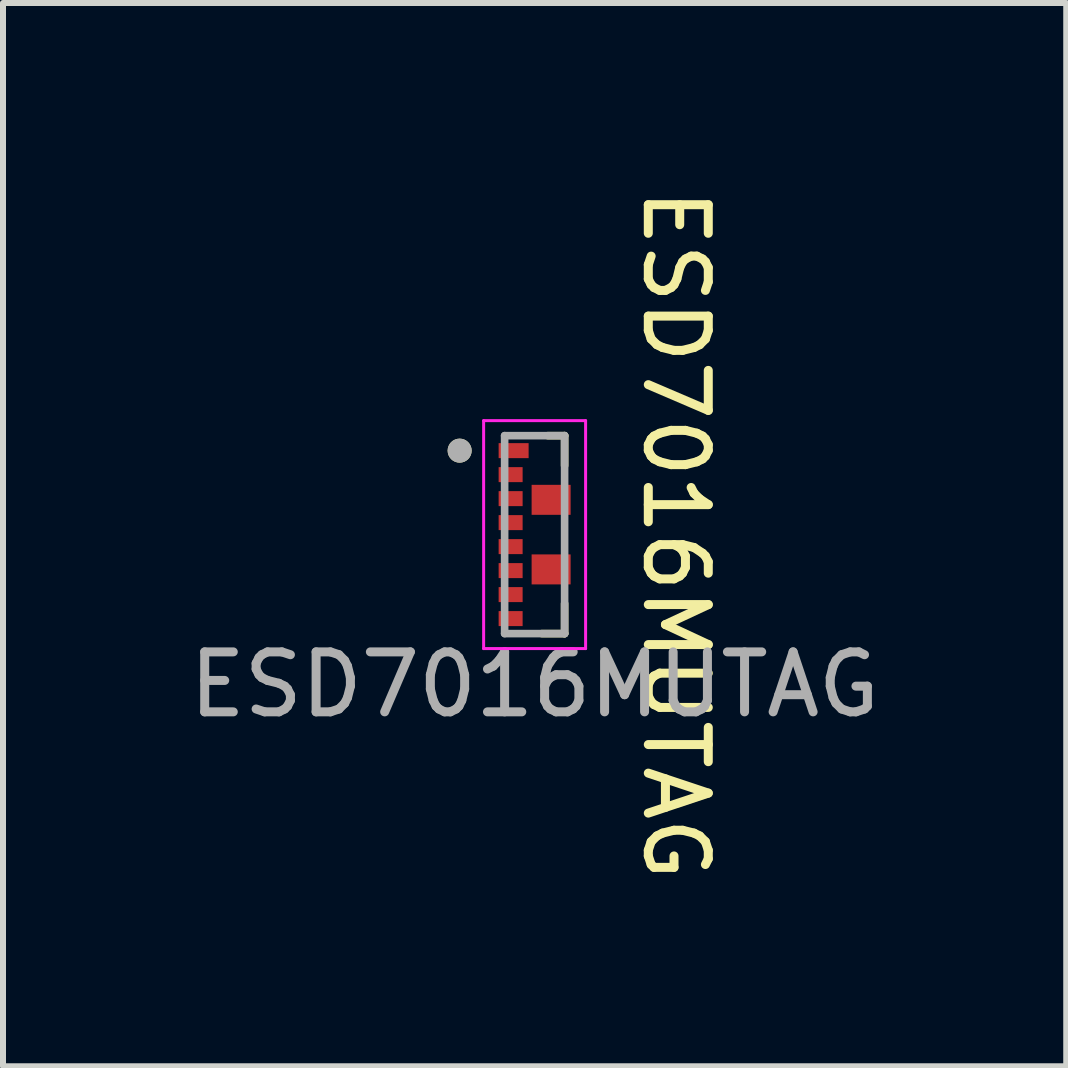
<source format=kicad_pcb>
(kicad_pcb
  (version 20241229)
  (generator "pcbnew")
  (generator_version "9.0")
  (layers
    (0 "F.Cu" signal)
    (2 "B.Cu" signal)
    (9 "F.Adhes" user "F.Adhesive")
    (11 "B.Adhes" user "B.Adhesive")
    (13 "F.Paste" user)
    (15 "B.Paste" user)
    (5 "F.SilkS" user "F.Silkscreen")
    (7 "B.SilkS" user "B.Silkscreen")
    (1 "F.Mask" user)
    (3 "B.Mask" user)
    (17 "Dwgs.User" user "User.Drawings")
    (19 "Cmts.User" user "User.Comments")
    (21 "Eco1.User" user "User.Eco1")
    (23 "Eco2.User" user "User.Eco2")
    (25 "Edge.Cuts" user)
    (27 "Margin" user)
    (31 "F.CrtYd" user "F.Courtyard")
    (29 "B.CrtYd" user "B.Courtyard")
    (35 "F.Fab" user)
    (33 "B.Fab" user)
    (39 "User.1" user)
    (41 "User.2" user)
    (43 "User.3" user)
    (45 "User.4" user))
  (footprint "ESD7016MUTAG"
    (layer "F.Cu")
    (at 5.863 5.863)
    (property "Reference" "ESD7016MUTAG" (at 2.35 0 270) (unlocked yes) (layer "F.SilkS") (effects (font (size 1 1) (thickness 0.15))))
    (attr smd)
    (fp_poly (pts (xy -0.65 -1.58) (xy -0.05 -1.58) (xy -0.05 -1.22) (xy -0.65 -1.22)) (stroke (width 0.01) (type solid)) (fill yes) (layer "F.Mask"))
    (fp_poly (pts (xy -0.65 -1.18) (xy -0.15 -1.18) (xy -0.15 -0.82) (xy -0.65 -0.82)) (stroke (width 0.01) (type solid)) (fill yes) (layer "F.Mask"))
    (fp_poly (pts (xy -0.65 -0.78) (xy -0.15 -0.78) (xy -0.15 -0.42) (xy -0.65 -0.42)) (stroke (width 0.01) (type solid)) (fill yes) (layer "F.Mask"))
    (fp_poly (pts (xy -0.65 -0.38) (xy -0.15 -0.38) (xy -0.15 -0.02) (xy -0.65 -0.02)) (stroke (width 0.01) (type solid)) (fill yes) (layer "F.Mask"))
    (fp_poly (pts (xy -0.65 0.02) (xy -0.15 0.02) (xy -0.15 0.38) (xy -0.65 0.38)) (stroke (width 0.01) (type solid)) (fill yes) (layer "F.Mask"))
    (fp_poly (pts (xy -0.65 0.42) (xy -0.15 0.42) (xy -0.15 0.78) (xy -0.65 0.78)) (stroke (width 0.01) (type solid)) (fill yes) (layer "F.Mask"))
    (fp_poly (pts (xy -0.65 0.82) (xy -0.15 0.82) (xy -0.15 1.18) (xy -0.65 1.18)) (stroke (width 0.01) (type solid)) (fill yes) (layer "F.Mask"))
    (fp_poly (pts (xy -0.65 1.22) (xy -0.15 1.22) (xy -0.15 1.58) (xy -0.65 1.58)) (stroke (width 0.01) (type solid)) (fill yes) (layer "F.Mask"))
    (fp_poly (pts (xy -0.1 -0.88) (xy 0.65 -0.88) (xy 0.65 -0.28) (xy -0.1 -0.28)) (stroke (width 0.01) (type solid)) (fill yes) (layer "F.Mask"))
    (fp_poly (pts (xy -0.1 0.28) (xy 0.65 0.28) (xy 0.65 0.88) (xy -0.1 0.88)) (stroke (width 0.01) (type solid)) (fill yes) (layer "F.Mask"))
    (fp_line (start 0.22 -1.65) (end 0.5 -1.65) (stroke (width 0.127) (type solid)) (layer "F.SilkS"))
    (fp_line (start 0.5 -1.65) (end 0.5 -1.15) (stroke (width 0.127) (type solid)) (layer "F.SilkS"))
    (fp_line (start 0.5 1.15) (end 0.5 1.65) (stroke (width 0.127) (type solid)) (layer "F.SilkS"))
    (fp_line (start 0.5 1.65) (end 0.12 1.65) (stroke (width 0.127) (type solid)) (layer "F.SilkS"))
    (fp_circle (center -1.25 -1.4) (end -1.15 -1.4) (stroke (width 0.2) (type solid)) (fill no) (layer "F.SilkS"))
    (fp_line (start -0.85 -1.9) (end 0.85 -1.9) (stroke (width 0.05) (type solid)) (layer "F.CrtYd"))
    (fp_line (start -0.85 1.9) (end -0.85 -1.9) (stroke (width 0.05) (type solid)) (layer "F.CrtYd"))
    (fp_line (start 0.85 -1.9) (end 0.85 1.9) (stroke (width 0.05) (type solid)) (layer "F.CrtYd"))
    (fp_line (start 0.85 1.9) (end -0.85 1.9) (stroke (width 0.05) (type solid)) (layer "F.CrtYd"))
    (fp_line (start -0.5 -1.65) (end 0.5 -1.65) (stroke (width 0.127) (type solid)) (layer "F.Fab"))
    (fp_line (start -0.5 1.65) (end -0.5 -1.65) (stroke (width 0.127) (type solid)) (layer "F.Fab"))
    (fp_line (start 0.5 -1.65) (end 0.5 1.65) (stroke (width 0.127) (type solid)) (layer "F.Fab"))
    (fp_line (start 0.5 1.65) (end -0.5 1.65) (stroke (width 0.127) (type solid)) (layer "F.Fab"))
    (fp_circle (center -1.25 -1.4) (end -1.15 -1.4) (stroke (width 0.2) (type solid)) (fill no) (layer "F.Fab"))
    (fp_text user "${REFERENCE}" (at 0 2.5 0) (unlocked yes) (layer "F.Fab") (effects (font (size 1 1) (thickness 0.15))))
    (pad "1" smd rect (at -0.35 -1.4) (size 0.5 0.25) (layers "F.Cu" "F.Paste"))
    (pad "2" smd rect (at -0.4 -1) (size 0.4 0.25) (layers "F.Cu" "F.Paste"))
    (pad "3" smd rect (at -0.4 -0.6) (size 0.4 0.25) (layers "F.Cu" "F.Paste"))
    (pad "4" smd rect (at -0.4 -0.2) (size 0.4 0.25) (layers "F.Cu" "F.Paste"))
    (pad "5" smd rect (at -0.4 0.2) (size 0.4 0.25) (layers "F.Cu" "F.Paste"))
    (pad "6" smd rect (at -0.4 0.6) (size 0.4 0.25) (layers "F.Cu" "F.Paste"))
    (pad "7" smd rect (at -0.4 1) (size 0.4 0.25) (layers "F.Cu" "F.Paste"))
    (pad "8" smd rect (at -0.4 1.4) (size 0.4 0.25) (layers "F.Cu" "F.Paste"))
    (pad "9" smd rect (at 0.275 0.58) (size 0.65 0.5) (layers "F.Cu" "F.Paste"))
    (pad "10" smd rect (at 0.275 -0.58) (size 0.65 0.5) (layers "F.Cu" "F.Paste")))
  (gr_rect
    (start -3 -3)
    (end 14.726 14.726)
    (stroke (width 0.1) (type default))
    (fill no)
    (layer "Edge.Cuts")))
</source>
